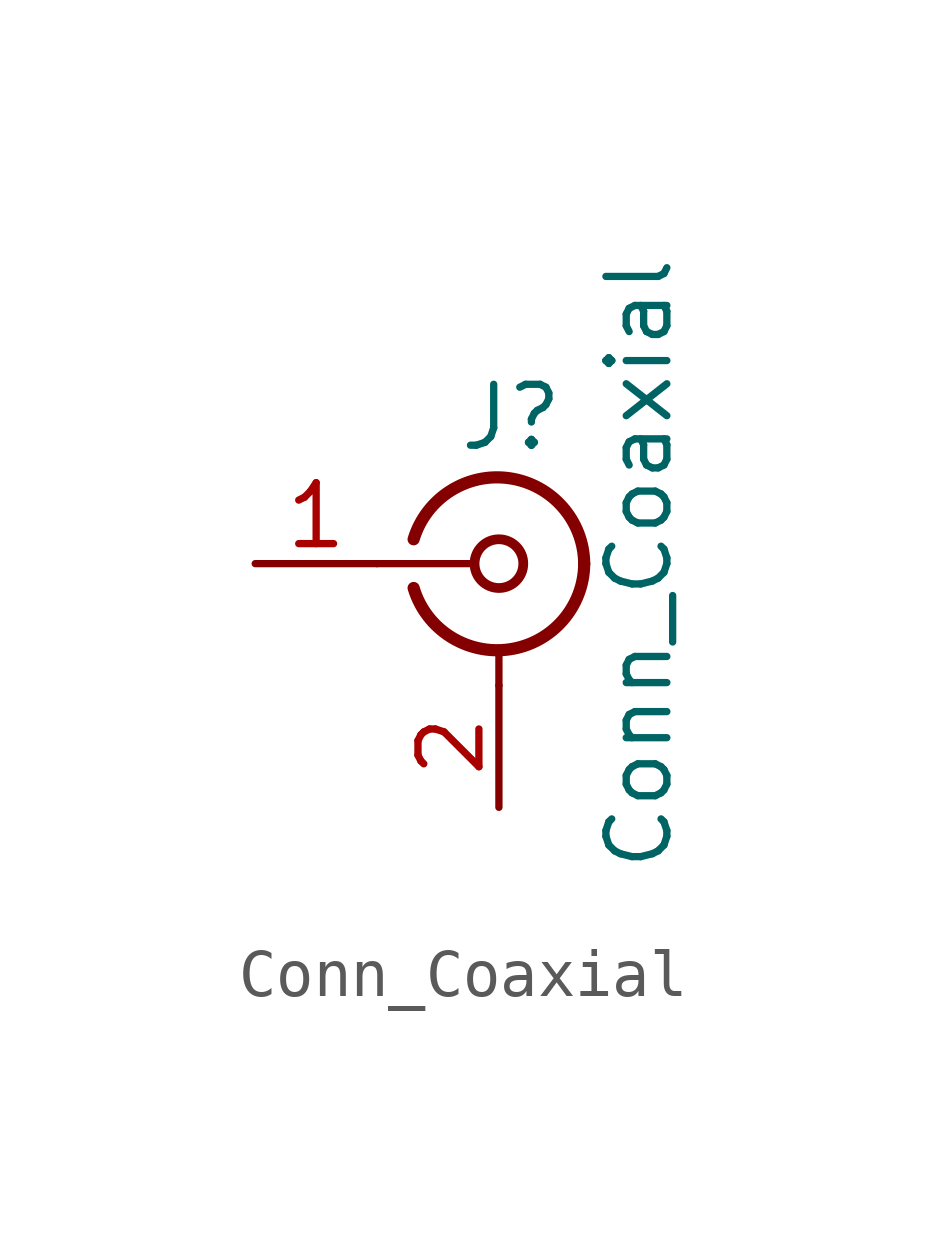
<source format=kicad_sym>
(kicad_symbol_lib
  (version 20201005)
  (generator kicad_symbol_editor)
  (symbol "muonpi-kicad-library:Conn_Coaxial"
    (pin_names
      (offset 1.016) hide)
    (property "Reference" "J"
      (at 0.254 3.048 0)
      (effects (font (size 1.27 1.27))))
    (property "Value" "Conn_Coaxial"
      (at 2.921 0 90)
      (effects (font (size 1.27 1.27))))
    (symbol "Conn_Coaxial_0_1"
      (arc (start -1.778 0.508) (end 1.778 0) (radius (at -0.0508 0) (length 1.8034) (angles 163.6 0)) (stroke (width 0.254)) (fill (type none)))
      (arc (start 1.778 0) (end -1.778 -0.508) (radius (at -0.0254 0) (length 1.8034) (angles 0 -163.8)) (stroke (width 0.254)) (fill (type none)))
      (circle (center 0 0) (radius 0.508) (stroke (width 0.203)) (fill (type none)))
      (polyline (pts (xy -2.54 0) (xy -0.508 0)) (stroke (width 0)) (fill (type none)))
      (polyline (pts (xy 0 -2.54) (xy 0 -1.778)) (stroke (width 0)) (fill (type none))))
    (symbol "Conn_Coaxial_1_1"
      (pin passive line (at -5.08 0 0) (length 2.54) (name "In" (effects (font (size 1.27 1.27)))) (number "1" (effects (font (size 1.27 1.27)))))
      (pin passive line (at 0 -5.08 90) (length 2.54) (name "Ext" (effects (font (size 1.27 1.27)))) (number "2" (effects (font (size 1.27 1.27))))))))
</source>
